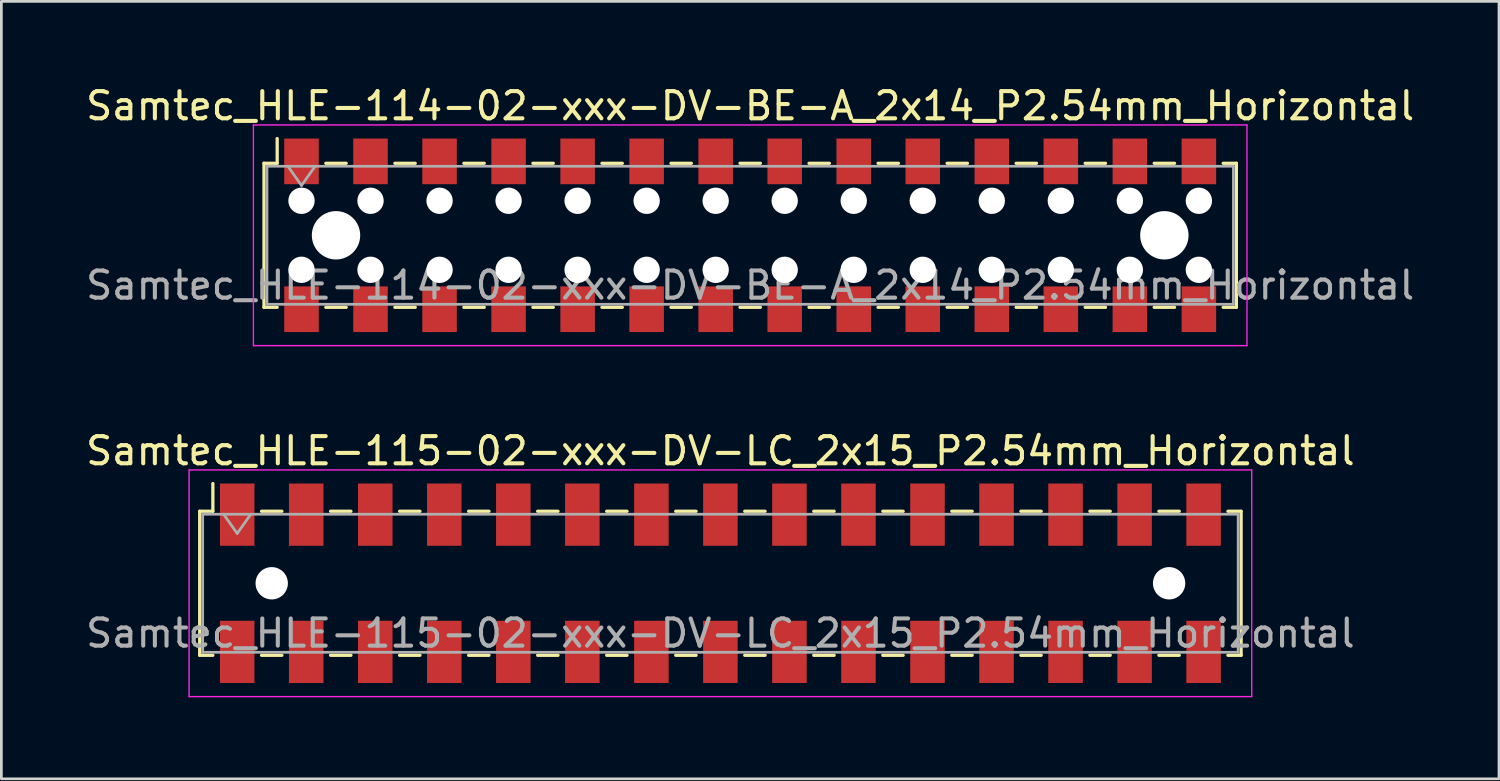
<source format=kicad_pcb>
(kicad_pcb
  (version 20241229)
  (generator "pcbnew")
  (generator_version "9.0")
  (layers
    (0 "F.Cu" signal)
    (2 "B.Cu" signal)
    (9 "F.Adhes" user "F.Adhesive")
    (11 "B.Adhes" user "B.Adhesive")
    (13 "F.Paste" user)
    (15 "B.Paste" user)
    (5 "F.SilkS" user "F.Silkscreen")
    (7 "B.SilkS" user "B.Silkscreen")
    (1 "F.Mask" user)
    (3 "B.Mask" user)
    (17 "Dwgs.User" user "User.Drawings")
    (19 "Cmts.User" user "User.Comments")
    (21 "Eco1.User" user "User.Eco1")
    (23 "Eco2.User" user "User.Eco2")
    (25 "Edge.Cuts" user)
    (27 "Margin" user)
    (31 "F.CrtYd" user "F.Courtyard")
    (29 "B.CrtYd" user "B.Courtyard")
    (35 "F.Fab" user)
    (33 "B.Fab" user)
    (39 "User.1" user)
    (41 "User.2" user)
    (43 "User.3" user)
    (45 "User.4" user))
  (footprint "Samtec_HLE-114-02-xxx-DV-BE-A_2x14_P2.54mm_Horizontal"
    (layer "F.Cu")
    (at 24.554 5.608)
    (property "Reference" "Samtec_HLE-114-02-xxx-DV-BE-A_2x14_P2.54mm_Horizontal" (at 0 -4.76 0) (layer "F.SilkS") (effects (font (size 1 1) (thickness 0.15))))
    (attr smd)
    (fp_line (start -17.89 -2.65) (end -17.89 2.65) (stroke (width 0.12) (type solid)) (layer "F.SilkS"))
    (fp_line (start -17.89 2.65) (end -17.405 2.65) (stroke (width 0.12) (type solid)) (layer "F.SilkS"))
    (fp_line (start -17.405 -3.56) (end -17.405 -2.65) (stroke (width 0.12) (type solid)) (layer "F.SilkS"))
    (fp_line (start -17.405 -2.65) (end -17.89 -2.65) (stroke (width 0.12) (type solid)) (layer "F.SilkS"))
    (fp_line (start -15.615 -2.65) (end -14.865 -2.65) (stroke (width 0.12) (type solid)) (layer "F.SilkS"))
    (fp_line (start -15.615 2.65) (end -14.865 2.65) (stroke (width 0.12) (type solid)) (layer "F.SilkS"))
    (fp_line (start -13.075 -2.65) (end -12.325 -2.65) (stroke (width 0.12) (type solid)) (layer "F.SilkS"))
    (fp_line (start -13.075 2.65) (end -12.325 2.65) (stroke (width 0.12) (type solid)) (layer "F.SilkS"))
    (fp_line (start -10.535 -2.65) (end -9.785 -2.65) (stroke (width 0.12) (type solid)) (layer "F.SilkS"))
    (fp_line (start -10.535 2.65) (end -9.785 2.65) (stroke (width 0.12) (type solid)) (layer "F.SilkS"))
    (fp_line (start -7.995 -2.65) (end -7.245 -2.65) (stroke (width 0.12) (type solid)) (layer "F.SilkS"))
    (fp_line (start -7.995 2.65) (end -7.245 2.65) (stroke (width 0.12) (type solid)) (layer "F.SilkS"))
    (fp_line (start -5.455 -2.65) (end -4.705 -2.65) (stroke (width 0.12) (type solid)) (layer "F.SilkS"))
    (fp_line (start -5.455 2.65) (end -4.705 2.65) (stroke (width 0.12) (type solid)) (layer "F.SilkS"))
    (fp_line (start -2.915 -2.65) (end -2.165 -2.65) (stroke (width 0.12) (type solid)) (layer "F.SilkS"))
    (fp_line (start -2.915 2.65) (end -2.165 2.65) (stroke (width 0.12) (type solid)) (layer "F.SilkS"))
    (fp_line (start -0.375 -2.65) (end 0.375 -2.65) (stroke (width 0.12) (type solid)) (layer "F.SilkS"))
    (fp_line (start -0.375 2.65) (end 0.375 2.65) (stroke (width 0.12) (type solid)) (layer "F.SilkS"))
    (fp_line (start 2.165 -2.65) (end 2.915 -2.65) (stroke (width 0.12) (type solid)) (layer "F.SilkS"))
    (fp_line (start 2.165 2.65) (end 2.915 2.65) (stroke (width 0.12) (type solid)) (layer "F.SilkS"))
    (fp_line (start 4.705 -2.65) (end 5.455 -2.65) (stroke (width 0.12) (type solid)) (layer "F.SilkS"))
    (fp_line (start 4.705 2.65) (end 5.455 2.65) (stroke (width 0.12) (type solid)) (layer "F.SilkS"))
    (fp_line (start 7.245 -2.65) (end 7.995 -2.65) (stroke (width 0.12) (type solid)) (layer "F.SilkS"))
    (fp_line (start 7.245 2.65) (end 7.995 2.65) (stroke (width 0.12) (type solid)) (layer "F.SilkS"))
    (fp_line (start 9.785 -2.65) (end 10.535 -2.65) (stroke (width 0.12) (type solid)) (layer "F.SilkS"))
    (fp_line (start 9.785 2.65) (end 10.535 2.65) (stroke (width 0.12) (type solid)) (layer "F.SilkS"))
    (fp_line (start 12.325 -2.65) (end 13.075 -2.65) (stroke (width 0.12) (type solid)) (layer "F.SilkS"))
    (fp_line (start 12.325 2.65) (end 13.075 2.65) (stroke (width 0.12) (type solid)) (layer "F.SilkS"))
    (fp_line (start 14.865 -2.65) (end 15.615 -2.65) (stroke (width 0.12) (type solid)) (layer "F.SilkS"))
    (fp_line (start 14.865 2.65) (end 15.615 2.65) (stroke (width 0.12) (type solid)) (layer "F.SilkS"))
    (fp_line (start 17.405 -2.65) (end 17.89 -2.65) (stroke (width 0.12) (type solid)) (layer "F.SilkS"))
    (fp_line (start 17.89 -2.65) (end 17.89 2.65) (stroke (width 0.12) (type solid)) (layer "F.SilkS"))
    (fp_line (start 17.89 2.65) (end 17.405 2.65) (stroke (width 0.12) (type solid)) (layer "F.SilkS"))
    (fp_line (start -18.28 -4.06) (end 18.28 -4.06) (stroke (width 0.05) (type solid)) (layer "F.CrtYd"))
    (fp_line (start -18.28 4.06) (end -18.28 -4.06) (stroke (width 0.05) (type solid)) (layer "F.CrtYd"))
    (fp_line (start 18.28 -4.06) (end 18.28 4.06) (stroke (width 0.05) (type solid)) (layer "F.CrtYd"))
    (fp_line (start 18.28 4.06) (end -18.28 4.06) (stroke (width 0.05) (type solid)) (layer "F.CrtYd"))
    (fp_line (start -17.78 -2.54) (end 17.78 -2.54) (stroke (width 0.1) (type solid)) (layer "F.Fab"))
    (fp_line (start -17.78 2.54) (end -17.78 -2.54) (stroke (width 0.1) (type solid)) (layer "F.Fab"))
    (fp_line (start -17.01 -2.54) (end -16.51 -1.833) (stroke (width 0.1) (type solid)) (layer "F.Fab"))
    (fp_line (start -16.51 -1.833) (end -16.01 -2.54) (stroke (width 0.1) (type solid)) (layer "F.Fab"))
    (fp_line (start 17.78 -2.54) (end 17.78 2.54) (stroke (width 0.1) (type solid)) (layer "F.Fab"))
    (fp_line (start 17.78 2.54) (end -17.78 2.54) (stroke (width 0.1) (type solid)) (layer "F.Fab"))
    (fp_text user "${REFERENCE}" (at 0 1.84 0) (layer "F.Fab") (effects (font (size 1 1) (thickness 0.15))))
    (pad "" np_thru_hole circle (at -16.51 -1.27) (size 0.97 0.97) (drill 0.97) (layers "*.Cu" "*.Mask"))
    (pad "" np_thru_hole circle (at -16.51 1.27) (size 0.97 0.97) (drill 0.97) (layers "*.Cu" "*.Mask"))
    (pad "" np_thru_hole circle (at -15.24 0) (size 1.78 1.78) (drill 1.78) (layers "*.Cu" "*.Mask"))
    (pad "" np_thru_hole circle (at -13.97 -1.27) (size 0.97 0.97) (drill 0.97) (layers "*.Cu" "*.Mask"))
    (pad "" np_thru_hole circle (at -13.97 1.27) (size 0.97 0.97) (drill 0.97) (layers "*.Cu" "*.Mask"))
    (pad "" np_thru_hole circle (at -11.43 -1.27) (size 0.97 0.97) (drill 0.97) (layers "*.Cu" "*.Mask"))
    (pad "" np_thru_hole circle (at -11.43 1.27) (size 0.97 0.97) (drill 0.97) (layers "*.Cu" "*.Mask"))
    (pad "" np_thru_hole circle (at -8.89 -1.27) (size 0.97 0.97) (drill 0.97) (layers "*.Cu" "*.Mask"))
    (pad "" np_thru_hole circle (at -8.89 1.27) (size 0.97 0.97) (drill 0.97) (layers "*.Cu" "*.Mask"))
    (pad "" np_thru_hole circle (at -6.35 -1.27) (size 0.97 0.97) (drill 0.97) (layers "*.Cu" "*.Mask"))
    (pad "" np_thru_hole circle (at -6.35 1.27) (size 0.97 0.97) (drill 0.97) (layers "*.Cu" "*.Mask"))
    (pad "" np_thru_hole circle (at -3.81 -1.27) (size 0.97 0.97) (drill 0.97) (layers "*.Cu" "*.Mask"))
    (pad "" np_thru_hole circle (at -3.81 1.27) (size 0.97 0.97) (drill 0.97) (layers "*.Cu" "*.Mask"))
    (pad "" np_thru_hole circle (at -1.27 -1.27) (size 0.97 0.97) (drill 0.97) (layers "*.Cu" "*.Mask"))
    (pad "" np_thru_hole circle (at -1.27 1.27) (size 0.97 0.97) (drill 0.97) (layers "*.Cu" "*.Mask"))
    (pad "" np_thru_hole circle (at 1.27 -1.27) (size 0.97 0.97) (drill 0.97) (layers "*.Cu" "*.Mask"))
    (pad "" np_thru_hole circle (at 1.27 1.27) (size 0.97 0.97) (drill 0.97) (layers "*.Cu" "*.Mask"))
    (pad "" np_thru_hole circle (at 3.81 -1.27) (size 0.97 0.97) (drill 0.97) (layers "*.Cu" "*.Mask"))
    (pad "" np_thru_hole circle (at 3.81 1.27) (size 0.97 0.97) (drill 0.97) (layers "*.Cu" "*.Mask"))
    (pad "" np_thru_hole circle (at 6.35 -1.27) (size 0.97 0.97) (drill 0.97) (layers "*.Cu" "*.Mask"))
    (pad "" np_thru_hole circle (at 6.35 1.27) (size 0.97 0.97) (drill 0.97) (layers "*.Cu" "*.Mask"))
    (pad "" np_thru_hole circle (at 8.89 -1.27) (size 0.97 0.97) (drill 0.97) (layers "*.Cu" "*.Mask"))
    (pad "" np_thru_hole circle (at 8.89 1.27) (size 0.97 0.97) (drill 0.97) (layers "*.Cu" "*.Mask"))
    (pad "" np_thru_hole circle (at 11.43 -1.27) (size 0.97 0.97) (drill 0.97) (layers "*.Cu" "*.Mask"))
    (pad "" np_thru_hole circle (at 11.43 1.27) (size 0.97 0.97) (drill 0.97) (layers "*.Cu" "*.Mask"))
    (pad "" np_thru_hole circle (at 13.97 -1.27) (size 0.97 0.97) (drill 0.97) (layers "*.Cu" "*.Mask"))
    (pad "" np_thru_hole circle (at 13.97 1.27) (size 0.97 0.97) (drill 0.97) (layers "*.Cu" "*.Mask"))
    (pad "" np_thru_hole circle (at 15.24 0) (size 1.78 1.78) (drill 1.78) (layers "*.Cu" "*.Mask"))
    (pad "" np_thru_hole circle (at 16.51 -1.27) (size 0.97 0.97) (drill 0.97) (layers "*.Cu" "*.Mask"))
    (pad "" np_thru_hole circle (at 16.51 1.27) (size 0.97 0.97) (drill 0.97) (layers "*.Cu" "*.Mask"))
    (pad "1" smd rect (at -16.51 -2.72) (size 1.27 1.68) (layers "F.Cu" "F.Mask" "F.Paste"))
    (pad "2" smd rect (at -16.51 2.72) (size 1.27 1.68) (layers "F.Cu" "F.Mask" "F.Paste"))
    (pad "3" smd rect (at -13.97 -2.72) (size 1.27 1.68) (layers "F.Cu" "F.Mask" "F.Paste"))
    (pad "4" smd rect (at -13.97 2.72) (size 1.27 1.68) (layers "F.Cu" "F.Mask" "F.Paste"))
    (pad "5" smd rect (at -11.43 -2.72) (size 1.27 1.68) (layers "F.Cu" "F.Mask" "F.Paste"))
    (pad "6" smd rect (at -11.43 2.72) (size 1.27 1.68) (layers "F.Cu" "F.Mask" "F.Paste"))
    (pad "7" smd rect (at -8.89 -2.72) (size 1.27 1.68) (layers "F.Cu" "F.Mask" "F.Paste"))
    (pad "8" smd rect (at -8.89 2.72) (size 1.27 1.68) (layers "F.Cu" "F.Mask" "F.Paste"))
    (pad "9" smd rect (at -6.35 -2.72) (size 1.27 1.68) (layers "F.Cu" "F.Mask" "F.Paste"))
    (pad "10" smd rect (at -6.35 2.72) (size 1.27 1.68) (layers "F.Cu" "F.Mask" "F.Paste"))
    (pad "11" smd rect (at -3.81 -2.72) (size 1.27 1.68) (layers "F.Cu" "F.Mask" "F.Paste"))
    (pad "12" smd rect (at -3.81 2.72) (size 1.27 1.68) (layers "F.Cu" "F.Mask" "F.Paste"))
    (pad "13" smd rect (at -1.27 -2.72) (size 1.27 1.68) (layers "F.Cu" "F.Mask" "F.Paste"))
    (pad "14" smd rect (at -1.27 2.72) (size 1.27 1.68) (layers "F.Cu" "F.Mask" "F.Paste"))
    (pad "15" smd rect (at 1.27 -2.72) (size 1.27 1.68) (layers "F.Cu" "F.Mask" "F.Paste"))
    (pad "16" smd rect (at 1.27 2.72) (size 1.27 1.68) (layers "F.Cu" "F.Mask" "F.Paste"))
    (pad "17" smd rect (at 3.81 -2.72) (size 1.27 1.68) (layers "F.Cu" "F.Mask" "F.Paste"))
    (pad "18" smd rect (at 3.81 2.72) (size 1.27 1.68) (layers "F.Cu" "F.Mask" "F.Paste"))
    (pad "19" smd rect (at 6.35 -2.72) (size 1.27 1.68) (layers "F.Cu" "F.Mask" "F.Paste"))
    (pad "20" smd rect (at 6.35 2.72) (size 1.27 1.68) (layers "F.Cu" "F.Mask" "F.Paste"))
    (pad "21" smd rect (at 8.89 -2.72) (size 1.27 1.68) (layers "F.Cu" "F.Mask" "F.Paste"))
    (pad "22" smd rect (at 8.89 2.72) (size 1.27 1.68) (layers "F.Cu" "F.Mask" "F.Paste"))
    (pad "23" smd rect (at 11.43 -2.72) (size 1.27 1.68) (layers "F.Cu" "F.Mask" "F.Paste"))
    (pad "24" smd rect (at 11.43 2.72) (size 1.27 1.68) (layers "F.Cu" "F.Mask" "F.Paste"))
    (pad "25" smd rect (at 13.97 -2.72) (size 1.27 1.68) (layers "F.Cu" "F.Mask" "F.Paste"))
    (pad "26" smd rect (at 13.97 2.72) (size 1.27 1.68) (layers "F.Cu" "F.Mask" "F.Paste"))
    (pad "27" smd rect (at 16.51 -2.72) (size 1.27 1.68) (layers "F.Cu" "F.Mask" "F.Paste"))
    (pad "28" smd rect (at 16.51 2.72) (size 1.27 1.68) (layers "F.Cu" "F.Mask" "F.Paste")))
  (footprint "Samtec_HLE-115-02-xxx-DV-LC_2x15_P2.54mm_Horizontal"
    (layer "F.Cu")
    (at 23.458 18.412)
    (property "Reference" "Samtec_HLE-115-02-xxx-DV-LC_2x15_P2.54mm_Horizontal" (at 0 -4.87 0) (layer "F.SilkS") (effects (font (size 1 1) (thickness 0.15))))
    (attr smd)
    (fp_line (start -19.16 -2.65) (end -19.16 2.65) (stroke (width 0.12) (type solid)) (layer "F.SilkS"))
    (fp_line (start -19.16 2.65) (end -18.675 2.65) (stroke (width 0.12) (type solid)) (layer "F.SilkS"))
    (fp_line (start -18.675 -3.67) (end -18.675 -2.65) (stroke (width 0.12) (type solid)) (layer "F.SilkS"))
    (fp_line (start -18.675 -2.65) (end -19.16 -2.65) (stroke (width 0.12) (type solid)) (layer "F.SilkS"))
    (fp_line (start -16.885 -2.65) (end -16.135 -2.65) (stroke (width 0.12) (type solid)) (layer "F.SilkS"))
    (fp_line (start -16.885 2.65) (end -16.135 2.65) (stroke (width 0.12) (type solid)) (layer "F.SilkS"))
    (fp_line (start -14.345 -2.65) (end -13.595 -2.65) (stroke (width 0.12) (type solid)) (layer "F.SilkS"))
    (fp_line (start -14.345 2.65) (end -13.595 2.65) (stroke (width 0.12) (type solid)) (layer "F.SilkS"))
    (fp_line (start -11.805 -2.65) (end -11.055 -2.65) (stroke (width 0.12) (type solid)) (layer "F.SilkS"))
    (fp_line (start -11.805 2.65) (end -11.055 2.65) (stroke (width 0.12) (type solid)) (layer "F.SilkS"))
    (fp_line (start -9.265 -2.65) (end -8.515 -2.65) (stroke (width 0.12) (type solid)) (layer "F.SilkS"))
    (fp_line (start -9.265 2.65) (end -8.515 2.65) (stroke (width 0.12) (type solid)) (layer "F.SilkS"))
    (fp_line (start -6.725 -2.65) (end -5.975 -2.65) (stroke (width 0.12) (type solid)) (layer "F.SilkS"))
    (fp_line (start -6.725 2.65) (end -5.975 2.65) (stroke (width 0.12) (type solid)) (layer "F.SilkS"))
    (fp_line (start -4.185 -2.65) (end -3.435 -2.65) (stroke (width 0.12) (type solid)) (layer "F.SilkS"))
    (fp_line (start -4.185 2.65) (end -3.435 2.65) (stroke (width 0.12) (type solid)) (layer "F.SilkS"))
    (fp_line (start -1.645 -2.65) (end -0.895 -2.65) (stroke (width 0.12) (type solid)) (layer "F.SilkS"))
    (fp_line (start -1.645 2.65) (end -0.895 2.65) (stroke (width 0.12) (type solid)) (layer "F.SilkS"))
    (fp_line (start 0.895 -2.65) (end 1.645 -2.65) (stroke (width 0.12) (type solid)) (layer "F.SilkS"))
    (fp_line (start 0.895 2.65) (end 1.645 2.65) (stroke (width 0.12) (type solid)) (layer "F.SilkS"))
    (fp_line (start 3.435 -2.65) (end 4.185 -2.65) (stroke (width 0.12) (type solid)) (layer "F.SilkS"))
    (fp_line (start 3.435 2.65) (end 4.185 2.65) (stroke (width 0.12) (type solid)) (layer "F.SilkS"))
    (fp_line (start 5.975 -2.65) (end 6.725 -2.65) (stroke (width 0.12) (type solid)) (layer "F.SilkS"))
    (fp_line (start 5.975 2.65) (end 6.725 2.65) (stroke (width 0.12) (type solid)) (layer "F.SilkS"))
    (fp_line (start 8.515 -2.65) (end 9.265 -2.65) (stroke (width 0.12) (type solid)) (layer "F.SilkS"))
    (fp_line (start 8.515 2.65) (end 9.265 2.65) (stroke (width 0.12) (type solid)) (layer "F.SilkS"))
    (fp_line (start 11.055 -2.65) (end 11.805 -2.65) (stroke (width 0.12) (type solid)) (layer "F.SilkS"))
    (fp_line (start 11.055 2.65) (end 11.805 2.65) (stroke (width 0.12) (type solid)) (layer "F.SilkS"))
    (fp_line (start 13.595 -2.65) (end 14.345 -2.65) (stroke (width 0.12) (type solid)) (layer "F.SilkS"))
    (fp_line (start 13.595 2.65) (end 14.345 2.65) (stroke (width 0.12) (type solid)) (layer "F.SilkS"))
    (fp_line (start 16.135 -2.65) (end 16.885 -2.65) (stroke (width 0.12) (type solid)) (layer "F.SilkS"))
    (fp_line (start 16.135 2.65) (end 16.885 2.65) (stroke (width 0.12) (type solid)) (layer "F.SilkS"))
    (fp_line (start 18.675 -2.65) (end 19.16 -2.65) (stroke (width 0.12) (type solid)) (layer "F.SilkS"))
    (fp_line (start 19.16 -2.65) (end 19.16 2.65) (stroke (width 0.12) (type solid)) (layer "F.SilkS"))
    (fp_line (start 19.16 2.65) (end 18.675 2.65) (stroke (width 0.12) (type solid)) (layer "F.SilkS"))
    (fp_line (start -19.55 -4.17) (end 19.55 -4.17) (stroke (width 0.05) (type solid)) (layer "F.CrtYd"))
    (fp_line (start -19.55 4.17) (end -19.55 -4.17) (stroke (width 0.05) (type solid)) (layer "F.CrtYd"))
    (fp_line (start 19.55 -4.17) (end 19.55 4.17) (stroke (width 0.05) (type solid)) (layer "F.CrtYd"))
    (fp_line (start 19.55 4.17) (end -19.55 4.17) (stroke (width 0.05) (type solid)) (layer "F.CrtYd"))
    (fp_line (start -19.05 -2.54) (end 19.05 -2.54) (stroke (width 0.1) (type solid)) (layer "F.Fab"))
    (fp_line (start -19.05 2.54) (end -19.05 -2.54) (stroke (width 0.1) (type solid)) (layer "F.Fab"))
    (fp_line (start -18.28 -2.54) (end -17.78 -1.833) (stroke (width 0.1) (type solid)) (layer "F.Fab"))
    (fp_line (start -17.78 -1.833) (end -17.28 -2.54) (stroke (width 0.1) (type solid)) (layer "F.Fab"))
    (fp_line (start 19.05 -2.54) (end 19.05 2.54) (stroke (width 0.1) (type solid)) (layer "F.Fab"))
    (fp_line (start 19.05 2.54) (end -19.05 2.54) (stroke (width 0.1) (type solid)) (layer "F.Fab"))
    (fp_text user "${REFERENCE}" (at 0 1.84 0) (layer "F.Fab") (effects (font (size 1 1) (thickness 0.15))))
    (pad "" np_thru_hole circle (at -16.51 0) (size 1.19 1.19) (drill 1.19) (layers "*.Cu" "*.Mask"))
    (pad "" np_thru_hole circle (at 16.51 0) (size 1.19 1.19) (drill 1.19) (layers "*.Cu" "*.Mask"))
    (pad "1" smd rect (at -17.78 -2.525) (size 1.27 2.29) (layers "F.Cu" "F.Mask" "F.Paste"))
    (pad "2" smd rect (at -17.78 2.525) (size 1.27 2.29) (layers "F.Cu" "F.Mask" "F.Paste"))
    (pad "3" smd rect (at -15.24 -2.525) (size 1.27 2.29) (layers "F.Cu" "F.Mask" "F.Paste"))
    (pad "4" smd rect (at -15.24 2.525) (size 1.27 2.29) (layers "F.Cu" "F.Mask" "F.Paste"))
    (pad "5" smd rect (at -12.7 -2.525) (size 1.27 2.29) (layers "F.Cu" "F.Mask" "F.Paste"))
    (pad "6" smd rect (at -12.7 2.525) (size 1.27 2.29) (layers "F.Cu" "F.Mask" "F.Paste"))
    (pad "7" smd rect (at -10.16 -2.525) (size 1.27 2.29) (layers "F.Cu" "F.Mask" "F.Paste"))
    (pad "8" smd rect (at -10.16 2.525) (size 1.27 2.29) (layers "F.Cu" "F.Mask" "F.Paste"))
    (pad "9" smd rect (at -7.62 -2.525) (size 1.27 2.29) (layers "F.Cu" "F.Mask" "F.Paste"))
    (pad "10" smd rect (at -7.62 2.525) (size 1.27 2.29) (layers "F.Cu" "F.Mask" "F.Paste"))
    (pad "11" smd rect (at -5.08 -2.525) (size 1.27 2.29) (layers "F.Cu" "F.Mask" "F.Paste"))
    (pad "12" smd rect (at -5.08 2.525) (size 1.27 2.29) (layers "F.Cu" "F.Mask" "F.Paste"))
    (pad "13" smd rect (at -2.54 -2.525) (size 1.27 2.29) (layers "F.Cu" "F.Mask" "F.Paste"))
    (pad "14" smd rect (at -2.54 2.525) (size 1.27 2.29) (layers "F.Cu" "F.Mask" "F.Paste"))
    (pad "15" smd rect (at 0 -2.525) (size 1.27 2.29) (layers "F.Cu" "F.Mask" "F.Paste"))
    (pad "16" smd rect (at 0 2.525) (size 1.27 2.29) (layers "F.Cu" "F.Mask" "F.Paste"))
    (pad "17" smd rect (at 2.54 -2.525) (size 1.27 2.29) (layers "F.Cu" "F.Mask" "F.Paste"))
    (pad "18" smd rect (at 2.54 2.525) (size 1.27 2.29) (layers "F.Cu" "F.Mask" "F.Paste"))
    (pad "19" smd rect (at 5.08 -2.525) (size 1.27 2.29) (layers "F.Cu" "F.Mask" "F.Paste"))
    (pad "20" smd rect (at 5.08 2.525) (size 1.27 2.29) (layers "F.Cu" "F.Mask" "F.Paste"))
    (pad "21" smd rect (at 7.62 -2.525) (size 1.27 2.29) (layers "F.Cu" "F.Mask" "F.Paste"))
    (pad "22" smd rect (at 7.62 2.525) (size 1.27 2.29) (layers "F.Cu" "F.Mask" "F.Paste"))
    (pad "23" smd rect (at 10.16 -2.525) (size 1.27 2.29) (layers "F.Cu" "F.Mask" "F.Paste"))
    (pad "24" smd rect (at 10.16 2.525) (size 1.27 2.29) (layers "F.Cu" "F.Mask" "F.Paste"))
    (pad "25" smd rect (at 12.7 -2.525) (size 1.27 2.29) (layers "F.Cu" "F.Mask" "F.Paste"))
    (pad "26" smd rect (at 12.7 2.525) (size 1.27 2.29) (layers "F.Cu" "F.Mask" "F.Paste"))
    (pad "27" smd rect (at 15.24 -2.525) (size 1.27 2.29) (layers "F.Cu" "F.Mask" "F.Paste"))
    (pad "28" smd rect (at 15.24 2.525) (size 1.27 2.29) (layers "F.Cu" "F.Mask" "F.Paste"))
    (pad "29" smd rect (at 17.78 -2.525) (size 1.27 2.29) (layers "F.Cu" "F.Mask" "F.Paste"))
    (pad "30" smd rect (at 17.78 2.525) (size 1.27 2.29) (layers "F.Cu" "F.Mask" "F.Paste")))
  (gr_rect
    (start -3 -3)
    (end 52.107 25.607)
    (stroke (width 0.1) (type default))
    (fill no)
    (layer "Edge.Cuts")))
</source>
